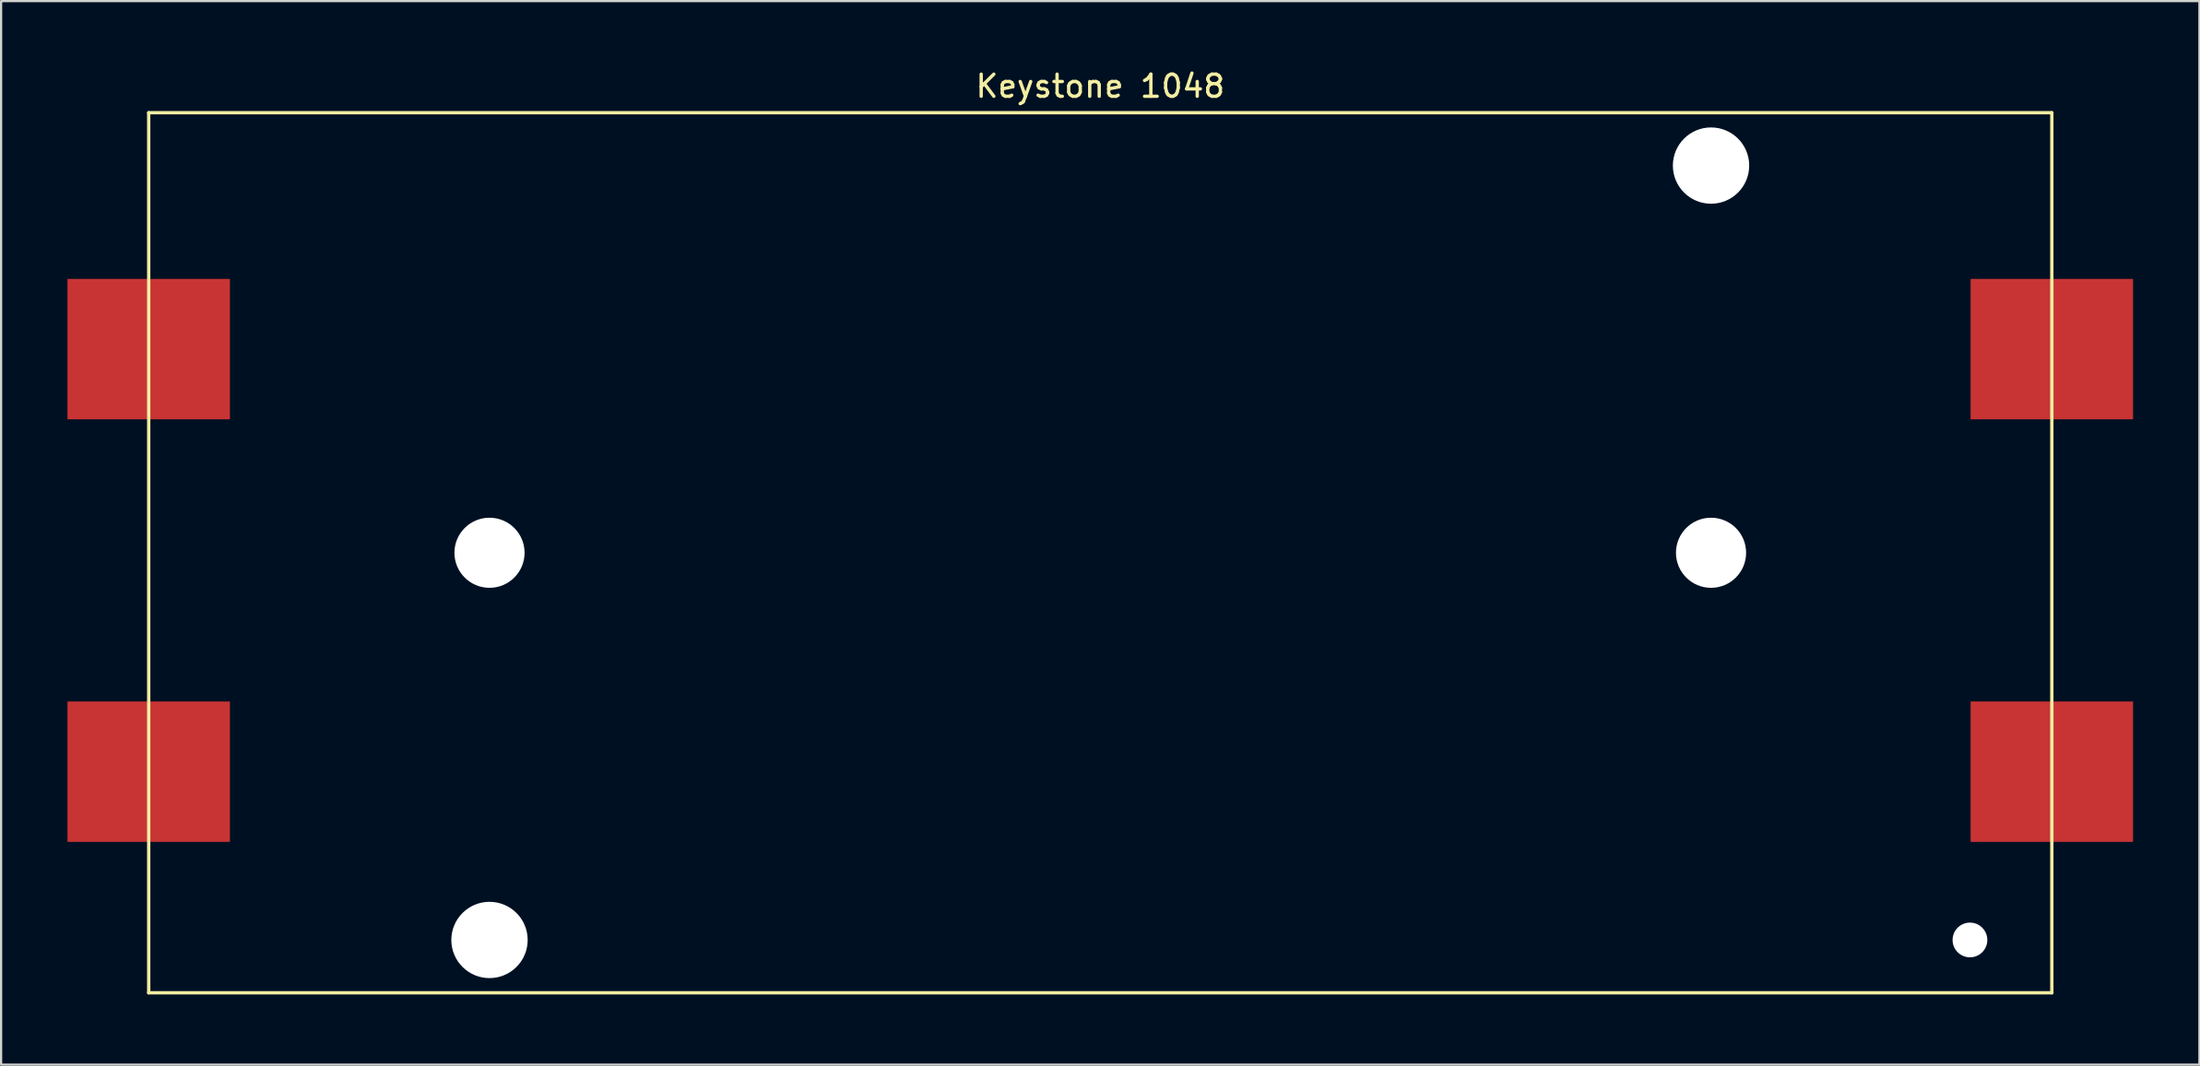
<source format=kicad_pcb>
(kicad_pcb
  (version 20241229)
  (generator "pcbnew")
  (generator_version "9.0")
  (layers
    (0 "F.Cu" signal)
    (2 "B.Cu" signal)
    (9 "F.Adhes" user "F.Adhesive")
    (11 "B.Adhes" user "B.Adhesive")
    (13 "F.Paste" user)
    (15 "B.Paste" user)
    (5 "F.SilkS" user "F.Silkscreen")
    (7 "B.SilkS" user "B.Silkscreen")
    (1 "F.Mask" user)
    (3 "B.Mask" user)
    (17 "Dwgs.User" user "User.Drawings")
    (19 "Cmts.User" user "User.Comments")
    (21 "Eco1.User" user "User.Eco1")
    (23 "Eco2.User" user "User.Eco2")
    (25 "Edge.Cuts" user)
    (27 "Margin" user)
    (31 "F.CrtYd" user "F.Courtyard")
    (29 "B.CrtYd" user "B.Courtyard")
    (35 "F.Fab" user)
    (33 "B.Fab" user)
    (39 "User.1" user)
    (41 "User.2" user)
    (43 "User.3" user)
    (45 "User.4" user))
  (footprint "Keystone 1048"
    (layer "F.Cu")
    (at 3.67 41.848)
    (property "Reference" "Keystone 1048" (at 43 -41 0) (layer "F.SilkS") (effects (font (size 1 1) (thickness 0.15))))
    (attr through_hole)
    (fp_line (start 0 -39.8) (end 0 0) (stroke (width 0.15) (type solid)) (layer "F.SilkS"))
    (fp_line (start 0 0) (end 86 0) (stroke (width 0.15) (type solid)) (layer "F.SilkS"))
    (fp_line (start 86 -39.8) (end 0 -39.8) (stroke (width 0.15) (type solid)) (layer "F.SilkS"))
    (fp_line (start 86 0) (end 86 -39.8) (stroke (width 0.15) (type solid)) (layer "F.SilkS"))
    (pad "" np_thru_hole circle (at 15.4 -19.9) (size 3.17 3.17) (drill 3.17) (layers "*.Cu" "*.Mask"))
    (pad "" np_thru_hole circle (at 15.4 -2.39) (size 3.45 3.45) (drill 3.45) (layers "*.Cu" "*.Mask"))
    (pad "" np_thru_hole circle (at 70.6 -37.41) (size 3.45 3.45) (drill 3.45) (layers "*.Cu" "*.Mask"))
    (pad "" np_thru_hole circle (at 70.6 -19.9) (size 3.17 3.17) (drill 3.17) (layers "*.Cu" "*.Mask"))
    (pad "" np_thru_hole circle (at 82.3 -2.39) (size 1.57 1.57) (drill 1.57) (layers "*.Cu" "*.Mask"))
    (pad "1" smd rect (at 86 -29.11) (size 7.34 6.35) (layers "F.Cu" "F.Mask" "F.Paste"))
    (pad "2" smd rect (at 0 -29.11) (size 7.34 6.35) (layers "F.Cu" "F.Mask" "F.Paste"))
    (pad "3" smd rect (at 86 -10) (size 7.34 6.35) (layers "F.Cu" "F.Mask" "F.Paste"))
    (pad "4" smd rect (at 0 -10) (size 7.34 6.35) (layers "F.Cu" "F.Mask" "F.Paste")))
  (gr_rect
    (start -3 -3)
    (end 96.34 45.098)
    (stroke (width 0.1) (type default))
    (fill no)
    (layer "Edge.Cuts")))
</source>
